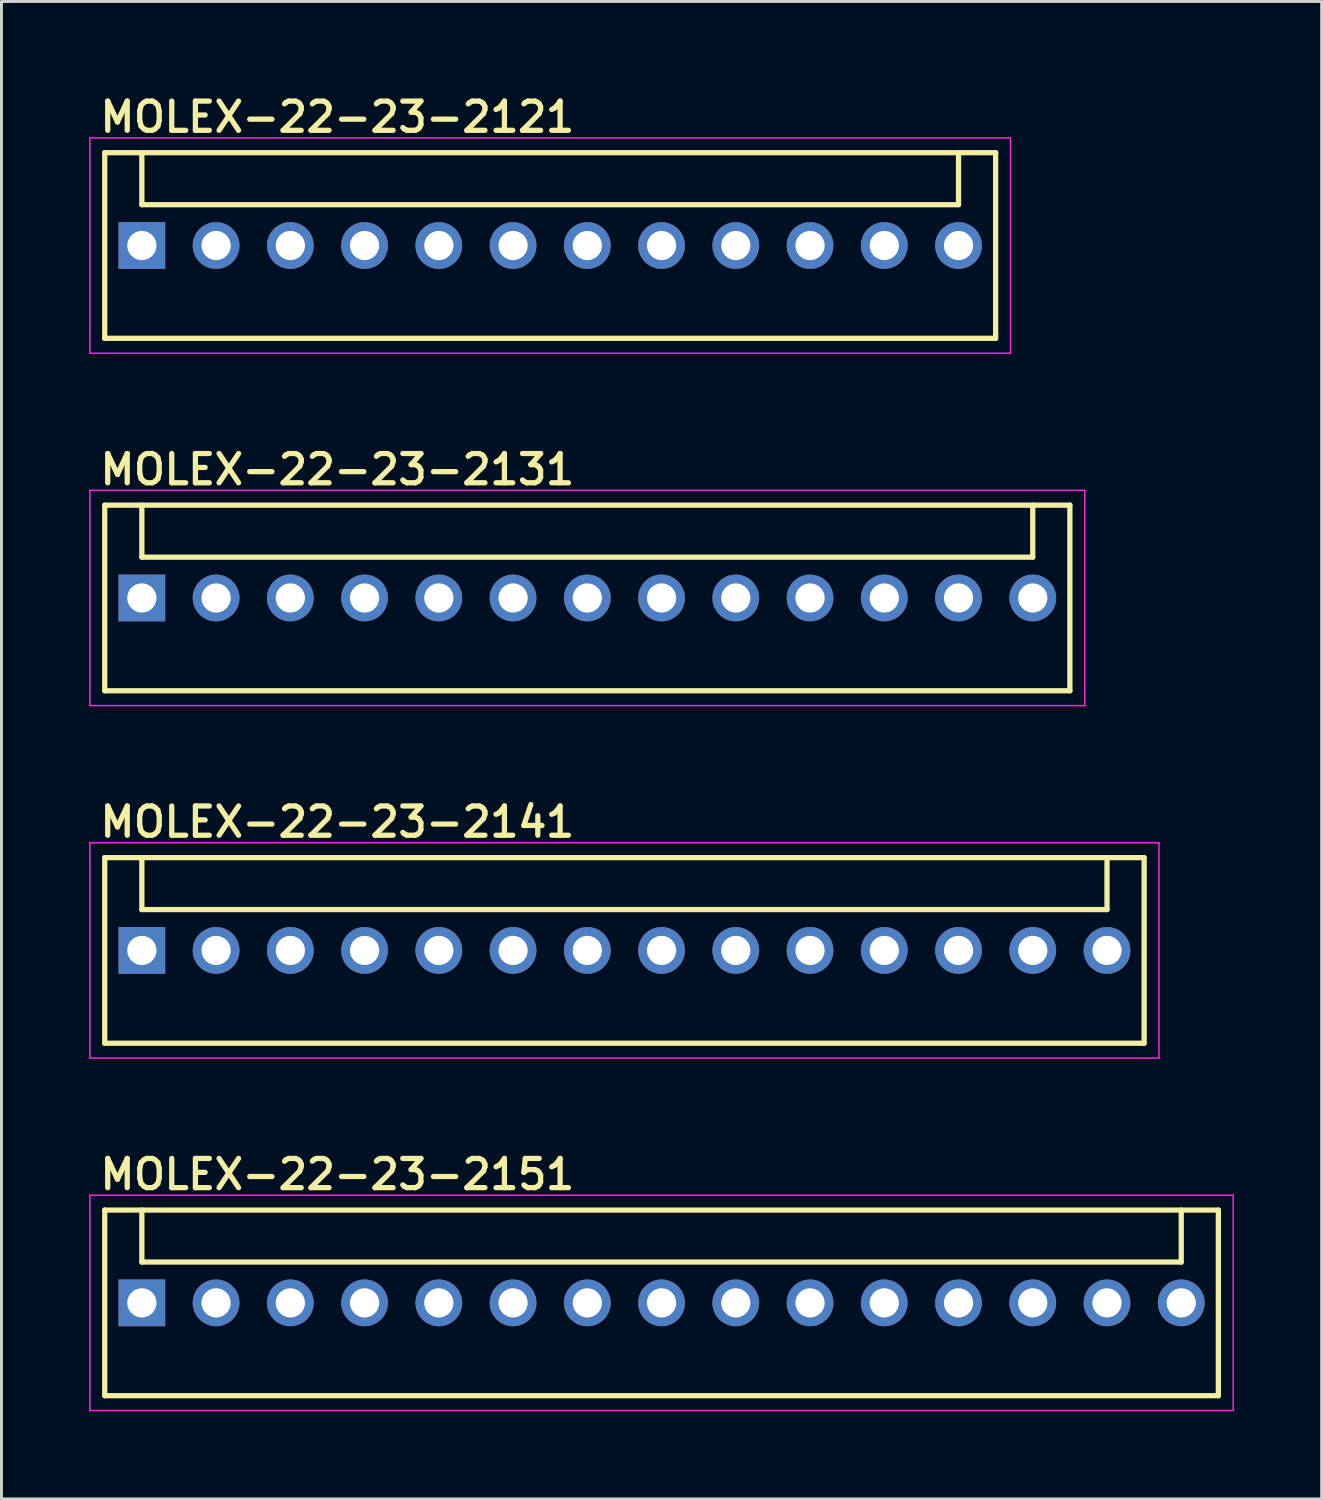
<source format=kicad_pcb>
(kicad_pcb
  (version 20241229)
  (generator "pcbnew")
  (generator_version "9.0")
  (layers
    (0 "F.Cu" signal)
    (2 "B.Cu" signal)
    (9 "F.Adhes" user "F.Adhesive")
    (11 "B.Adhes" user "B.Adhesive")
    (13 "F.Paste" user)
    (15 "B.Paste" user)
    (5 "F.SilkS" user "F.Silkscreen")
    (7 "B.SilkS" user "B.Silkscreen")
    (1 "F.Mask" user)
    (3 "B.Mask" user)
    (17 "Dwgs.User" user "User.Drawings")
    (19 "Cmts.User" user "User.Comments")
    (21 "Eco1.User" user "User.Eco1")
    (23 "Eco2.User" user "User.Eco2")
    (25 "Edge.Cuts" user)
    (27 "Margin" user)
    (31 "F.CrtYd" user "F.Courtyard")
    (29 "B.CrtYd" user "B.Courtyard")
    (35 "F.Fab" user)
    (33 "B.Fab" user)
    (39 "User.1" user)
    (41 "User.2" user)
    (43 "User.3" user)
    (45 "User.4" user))
  (footprint "MOLEX-22-23-2141"
    (layer "F.Cu")
    (at 18.313 29.466)
    (property "Reference" "MOLEX-22-23-2141" (at -18.034 -3.81 0) (layer "F.SilkS") (effects (font (size 1 1) (thickness 0.18)) (justify left bottom)))
    (attr through_hole)
    (fp_line (start -17.78 3.175) (end -17.78 -3.175) (stroke (width 0.18) (type solid)) (layer "F.SilkS"))
    (fp_line (start -16.51 -1.397) (end -16.51 -3.175) (stroke (width 0.18) (type solid)) (layer "F.SilkS"))
    (fp_line (start -16.51 -1.397) (end 16.51 -1.397) (stroke (width 0.18) (type solid)) (layer "F.SilkS"))
    (fp_line (start 16.51 -1.397) (end 16.51 -3.175) (stroke (width 0.18) (type solid)) (layer "F.SilkS"))
    (fp_line (start 17.78 -3.175) (end -17.78 -3.175) (stroke (width 0.18) (type solid)) (layer "F.SilkS"))
    (fp_line (start 17.78 -3.175) (end 17.78 3.175) (stroke (width 0.18) (type solid)) (layer "F.SilkS"))
    (fp_line (start 17.78 3.175) (end -17.78 3.175) (stroke (width 0.18) (type solid)) (layer "F.SilkS"))
    (fp_line (start -18.288 -3.683) (end 18.288 -3.683) (stroke (width 0.05) (type solid)) (layer "F.CrtYd"))
    (fp_line (start -18.288 3.683) (end -18.288 -3.683) (stroke (width 0.05) (type solid)) (layer "F.CrtYd"))
    (fp_line (start 18.288 -3.683) (end 18.288 3.683) (stroke (width 0.05) (type solid)) (layer "F.CrtYd"))
    (fp_line (start 18.288 3.683) (end -18.288 3.683) (stroke (width 0.05) (type solid)) (layer "F.CrtYd"))
    (pad "1" thru_hole rect (at -16.51 0) (size 1.6 1.6) (drill 1) (layers "*.Cu" "*.Mask"))
    (pad "2" thru_hole circle (at -13.97 0 90) (size 1.6 1.6) (drill 1) (layers "*.Cu" "*.Mask"))
    (pad "3" thru_hole circle (at -11.43 0 90) (size 1.6 1.6) (drill 1) (layers "*.Cu" "*.Mask"))
    (pad "4" thru_hole circle (at -8.89 0 90) (size 1.6 1.6) (drill 1) (layers "*.Cu" "*.Mask"))
    (pad "5" thru_hole circle (at -6.35 0 90) (size 1.6 1.6) (drill 1) (layers "*.Cu" "*.Mask"))
    (pad "6" thru_hole circle (at -3.81 0 90) (size 1.6 1.6) (drill 1) (layers "*.Cu" "*.Mask"))
    (pad "7" thru_hole circle (at -1.27 0 90) (size 1.6 1.6) (drill 1) (layers "*.Cu" "*.Mask"))
    (pad "8" thru_hole circle (at 1.27 0 90) (size 1.6 1.6) (drill 1) (layers "*.Cu" "*.Mask"))
    (pad "9" thru_hole circle (at 3.81 0 90) (size 1.6 1.6) (drill 1) (layers "*.Cu" "*.Mask"))
    (pad "10" thru_hole circle (at 6.35 0 90) (size 1.6 1.6) (drill 1) (layers "*.Cu" "*.Mask"))
    (pad "11" thru_hole circle (at 8.89 0 90) (size 1.6 1.6) (drill 1) (layers "*.Cu" "*.Mask"))
    (pad "12" thru_hole circle (at 11.43 0 90) (size 1.6 1.6) (drill 1) (layers "*.Cu" "*.Mask"))
    (pad "13" thru_hole circle (at 13.97 0 90) (size 1.6 1.6) (drill 1) (layers "*.Cu" "*.Mask"))
    (pad "14" thru_hole circle (at 16.51 0 90) (size 1.6 1.6) (drill 1) (layers "*.Cu" "*.Mask")))
  (footprint "MOLEX-22-23-2151"
    (layer "F.Cu")
    (at 19.583 41.524)
    (property "Reference" "MOLEX-22-23-2151" (at -19.304 -3.81 0) (layer "F.SilkS") (effects (font (size 1 1) (thickness 0.18)) (justify left bottom)))
    (attr through_hole)
    (fp_line (start -19.05 -3.175) (end 19.05 -3.175) (stroke (width 0.18) (type solid)) (layer "F.SilkS"))
    (fp_line (start -19.05 3.175) (end -19.05 -3.175) (stroke (width 0.18) (type solid)) (layer "F.SilkS"))
    (fp_line (start -17.78 -1.397) (end -17.78 -3.175) (stroke (width 0.18) (type solid)) (layer "F.SilkS"))
    (fp_line (start -17.78 -1.397) (end 17.78 -1.397) (stroke (width 0.18) (type solid)) (layer "F.SilkS"))
    (fp_line (start 17.78 -1.397) (end 17.78 -3.175) (stroke (width 0.18) (type solid)) (layer "F.SilkS"))
    (fp_line (start 19.05 -3.175) (end 19.05 3.175) (stroke (width 0.18) (type solid)) (layer "F.SilkS"))
    (fp_line (start 19.05 3.175) (end -19.05 3.175) (stroke (width 0.18) (type solid)) (layer "F.SilkS"))
    (fp_line (start -19.558 -3.683) (end 19.558 -3.683) (stroke (width 0.05) (type solid)) (layer "F.CrtYd"))
    (fp_line (start -19.558 3.683) (end -19.558 -3.683) (stroke (width 0.05) (type solid)) (layer "F.CrtYd"))
    (fp_line (start 19.558 -3.683) (end 19.558 3.683) (stroke (width 0.05) (type solid)) (layer "F.CrtYd"))
    (fp_line (start 19.558 3.683) (end -19.558 3.683) (stroke (width 0.05) (type solid)) (layer "F.CrtYd"))
    (pad "1" thru_hole rect (at -17.78 0) (size 1.6 1.6) (drill 1) (layers "*.Cu" "*.Mask"))
    (pad "2" thru_hole circle (at -15.24 0 90) (size 1.6 1.6) (drill 1) (layers "*.Cu" "*.Mask"))
    (pad "3" thru_hole circle (at -12.7 0 90) (size 1.6 1.6) (drill 1) (layers "*.Cu" "*.Mask"))
    (pad "4" thru_hole circle (at -10.16 0 90) (size 1.6 1.6) (drill 1) (layers "*.Cu" "*.Mask"))
    (pad "5" thru_hole circle (at -7.62 0 90) (size 1.6 1.6) (drill 1) (layers "*.Cu" "*.Mask"))
    (pad "6" thru_hole circle (at -5.08 0 90) (size 1.6 1.6) (drill 1) (layers "*.Cu" "*.Mask"))
    (pad "7" thru_hole circle (at -2.54 0 90) (size 1.6 1.6) (drill 1) (layers "*.Cu" "*.Mask"))
    (pad "8" thru_hole circle (at 0 0 90) (size 1.6 1.6) (drill 1) (layers "*.Cu" "*.Mask"))
    (pad "9" thru_hole circle (at 2.54 0 90) (size 1.6 1.6) (drill 1) (layers "*.Cu" "*.Mask"))
    (pad "10" thru_hole circle (at 5.08 0 90) (size 1.6 1.6) (drill 1) (layers "*.Cu" "*.Mask"))
    (pad "11" thru_hole circle (at 7.62 0 90) (size 1.6 1.6) (drill 1) (layers "*.Cu" "*.Mask"))
    (pad "12" thru_hole circle (at 10.16 0 90) (size 1.6 1.6) (drill 1) (layers "*.Cu" "*.Mask"))
    (pad "13" thru_hole circle (at 12.7 0 90) (size 1.6 1.6) (drill 1) (layers "*.Cu" "*.Mask"))
    (pad "14" thru_hole circle (at 15.24 0 90) (size 1.6 1.6) (drill 1) (layers "*.Cu" "*.Mask"))
    (pad "15" thru_hole circle (at 17.78 0 90) (size 1.6 1.6) (drill 1) (layers "*.Cu" "*.Mask")))
  (footprint "MOLEX-22-23-2121"
    (layer "F.Cu")
    (at 15.773 5.35)
    (property "Reference" "MOLEX-22-23-2121" (at -15.494 -3.81 0) (layer "F.SilkS") (effects (font (size 1 1) (thickness 0.18)) (justify left bottom)))
    (attr through_hole)
    (fp_line (start -15.24 3.175) (end -15.24 -3.175) (stroke (width 0.18) (type solid)) (layer "F.SilkS"))
    (fp_line (start -13.97 -1.397) (end -13.97 -3.175) (stroke (width 0.18) (type solid)) (layer "F.SilkS"))
    (fp_line (start -13.97 -1.397) (end 13.97 -1.397) (stroke (width 0.18) (type solid)) (layer "F.SilkS"))
    (fp_line (start 13.97 -1.397) (end 13.97 -3.175) (stroke (width 0.18) (type solid)) (layer "F.SilkS"))
    (fp_line (start 15.24 -3.175) (end -15.24 -3.175) (stroke (width 0.18) (type solid)) (layer "F.SilkS"))
    (fp_line (start 15.24 -3.175) (end 15.24 3.175) (stroke (width 0.18) (type solid)) (layer "F.SilkS"))
    (fp_line (start 15.24 3.175) (end -15.24 3.175) (stroke (width 0.18) (type solid)) (layer "F.SilkS"))
    (fp_line (start -15.748 -3.683) (end 15.748 -3.683) (stroke (width 0.05) (type solid)) (layer "F.CrtYd"))
    (fp_line (start -15.748 3.683) (end -15.748 -3.683) (stroke (width 0.05) (type solid)) (layer "F.CrtYd"))
    (fp_line (start 15.748 -3.683) (end 15.748 3.683) (stroke (width 0.05) (type solid)) (layer "F.CrtYd"))
    (fp_line (start 15.748 3.683) (end -15.748 3.683) (stroke (width 0.05) (type solid)) (layer "F.CrtYd"))
    (pad "1" thru_hole rect (at -13.97 0) (size 1.6 1.6) (drill 1) (layers "*.Cu" "*.Mask"))
    (pad "2" thru_hole circle (at -11.43 0 90) (size 1.6 1.6) (drill 1) (layers "*.Cu" "*.Mask"))
    (pad "3" thru_hole circle (at -8.89 0 90) (size 1.6 1.6) (drill 1) (layers "*.Cu" "*.Mask"))
    (pad "4" thru_hole circle (at -6.35 0 90) (size 1.6 1.6) (drill 1) (layers "*.Cu" "*.Mask"))
    (pad "5" thru_hole circle (at -3.81 0 90) (size 1.6 1.6) (drill 1) (layers "*.Cu" "*.Mask"))
    (pad "6" thru_hole circle (at -1.27 0 90) (size 1.6 1.6) (drill 1) (layers "*.Cu" "*.Mask"))
    (pad "7" thru_hole circle (at 1.27 0 90) (size 1.6 1.6) (drill 1) (layers "*.Cu" "*.Mask"))
    (pad "8" thru_hole circle (at 3.81 0 90) (size 1.6 1.6) (drill 1) (layers "*.Cu" "*.Mask"))
    (pad "9" thru_hole circle (at 6.35 0 90) (size 1.6 1.6) (drill 1) (layers "*.Cu" "*.Mask"))
    (pad "10" thru_hole circle (at 8.89 0 90) (size 1.6 1.6) (drill 1) (layers "*.Cu" "*.Mask"))
    (pad "11" thru_hole circle (at 11.43 0 90) (size 1.6 1.6) (drill 1) (layers "*.Cu" "*.Mask"))
    (pad "12" thru_hole circle (at 13.97 0 90) (size 1.6 1.6) (drill 1) (layers "*.Cu" "*.Mask")))
  (footprint "MOLEX-22-23-2131"
    (layer "F.Cu")
    (at 17.043 17.408)
    (property "Reference" "MOLEX-22-23-2131" (at -16.764 -3.81 0) (layer "F.SilkS") (effects (font (size 1 1) (thickness 0.18)) (justify left bottom)))
    (attr through_hole)
    (fp_line (start -16.51 -3.175) (end 16.51 -3.175) (stroke (width 0.18) (type solid)) (layer "F.SilkS"))
    (fp_line (start -16.51 3.175) (end -16.51 -3.175) (stroke (width 0.18) (type solid)) (layer "F.SilkS"))
    (fp_line (start -15.24 -1.397) (end -15.24 -3.175) (stroke (width 0.18) (type solid)) (layer "F.SilkS"))
    (fp_line (start -15.24 -1.397) (end 15.24 -1.397) (stroke (width 0.18) (type solid)) (layer "F.SilkS"))
    (fp_line (start 15.24 -1.397) (end 15.24 -3.175) (stroke (width 0.18) (type solid)) (layer "F.SilkS"))
    (fp_line (start 16.51 -3.175) (end 16.51 3.175) (stroke (width 0.18) (type solid)) (layer "F.SilkS"))
    (fp_line (start 16.51 3.175) (end -16.51 3.175) (stroke (width 0.18) (type solid)) (layer "F.SilkS"))
    (fp_line (start -17.018 -3.683) (end 17.018 -3.683) (stroke (width 0.05) (type solid)) (layer "F.CrtYd"))
    (fp_line (start -17.018 3.683) (end -17.018 -3.683) (stroke (width 0.05) (type solid)) (layer "F.CrtYd"))
    (fp_line (start 17.018 -3.683) (end 17.018 3.683) (stroke (width 0.05) (type solid)) (layer "F.CrtYd"))
    (fp_line (start 17.018 3.683) (end -17.018 3.683) (stroke (width 0.05) (type solid)) (layer "F.CrtYd"))
    (pad "1" thru_hole rect (at -15.24 0) (size 1.6 1.6) (drill 1) (layers "*.Cu" "*.Mask"))
    (pad "2" thru_hole circle (at -12.7 0 90) (size 1.6 1.6) (drill 1) (layers "*.Cu" "*.Mask"))
    (pad "3" thru_hole circle (at -10.16 0 90) (size 1.6 1.6) (drill 1) (layers "*.Cu" "*.Mask"))
    (pad "4" thru_hole circle (at -7.62 0 90) (size 1.6 1.6) (drill 1) (layers "*.Cu" "*.Mask"))
    (pad "5" thru_hole circle (at -5.08 0 90) (size 1.6 1.6) (drill 1) (layers "*.Cu" "*.Mask"))
    (pad "6" thru_hole circle (at -2.54 0 90) (size 1.6 1.6) (drill 1) (layers "*.Cu" "*.Mask"))
    (pad "7" thru_hole circle (at 0 0 90) (size 1.6 1.6) (drill 1) (layers "*.Cu" "*.Mask"))
    (pad "8" thru_hole circle (at 2.54 0 90) (size 1.6 1.6) (drill 1) (layers "*.Cu" "*.Mask"))
    (pad "9" thru_hole circle (at 5.08 0 90) (size 1.6 1.6) (drill 1) (layers "*.Cu" "*.Mask"))
    (pad "10" thru_hole circle (at 7.62 0 90) (size 1.6 1.6) (drill 1) (layers "*.Cu" "*.Mask"))
    (pad "11" thru_hole circle (at 10.16 0 90) (size 1.6 1.6) (drill 1) (layers "*.Cu" "*.Mask"))
    (pad "12" thru_hole circle (at 12.7 0 90) (size 1.6 1.6) (drill 1) (layers "*.Cu" "*.Mask"))
    (pad "13" thru_hole circle (at 15.24 0 90) (size 1.6 1.6) (drill 1) (layers "*.Cu" "*.Mask")))
  (gr_rect
    (start -3 -3)
    (end 42.166 48.232)
    (stroke (width 0.1) (type default))
    (fill no)
    (layer "Edge.Cuts")))
</source>
